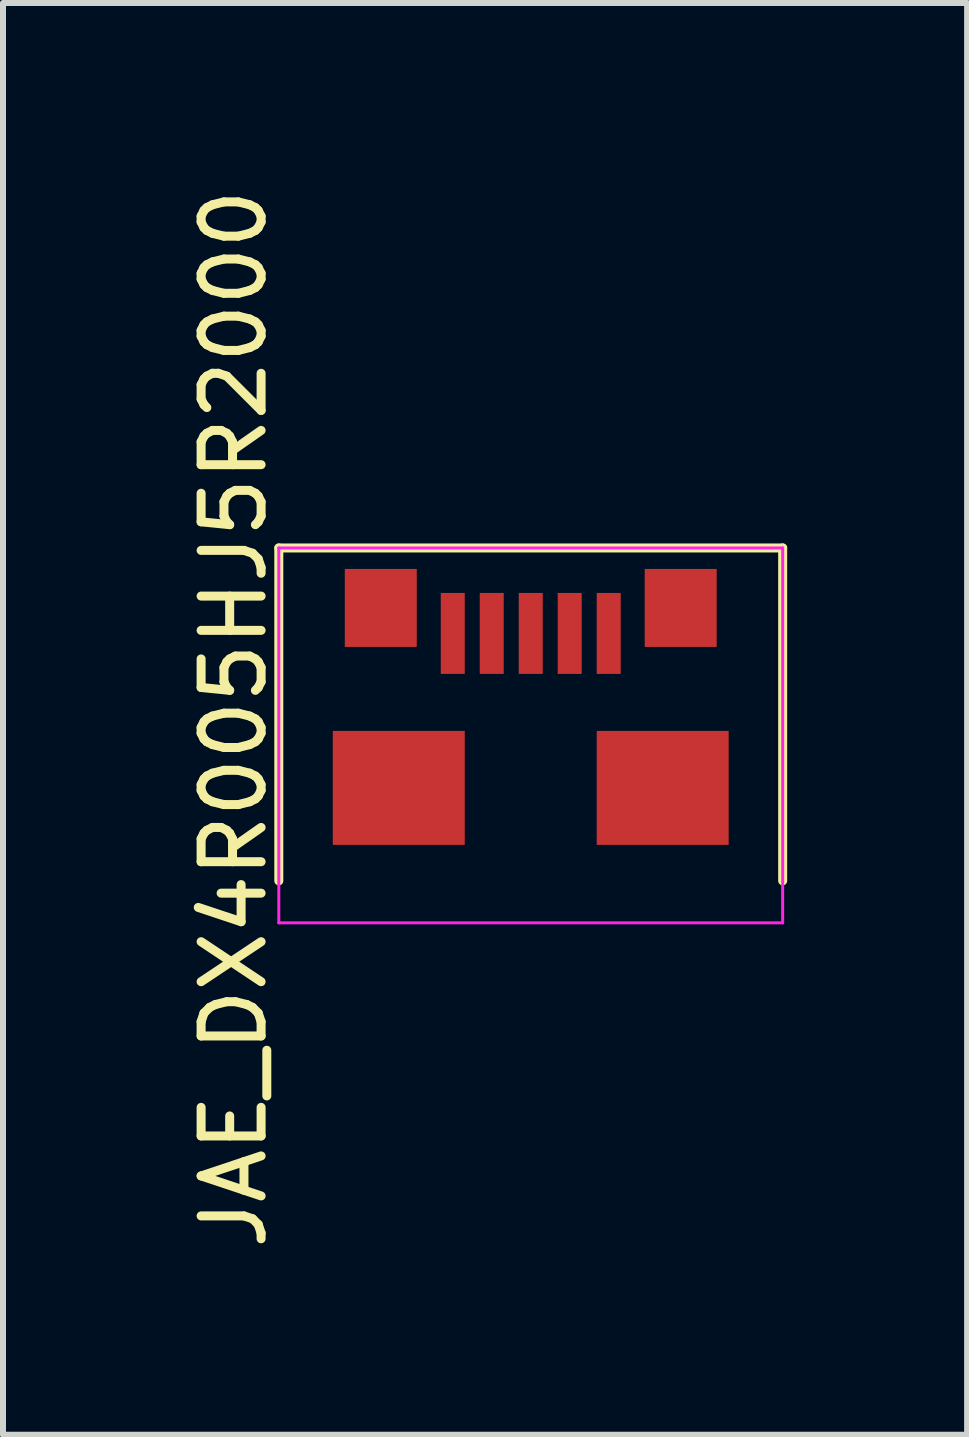
<source format=kicad_pcb>
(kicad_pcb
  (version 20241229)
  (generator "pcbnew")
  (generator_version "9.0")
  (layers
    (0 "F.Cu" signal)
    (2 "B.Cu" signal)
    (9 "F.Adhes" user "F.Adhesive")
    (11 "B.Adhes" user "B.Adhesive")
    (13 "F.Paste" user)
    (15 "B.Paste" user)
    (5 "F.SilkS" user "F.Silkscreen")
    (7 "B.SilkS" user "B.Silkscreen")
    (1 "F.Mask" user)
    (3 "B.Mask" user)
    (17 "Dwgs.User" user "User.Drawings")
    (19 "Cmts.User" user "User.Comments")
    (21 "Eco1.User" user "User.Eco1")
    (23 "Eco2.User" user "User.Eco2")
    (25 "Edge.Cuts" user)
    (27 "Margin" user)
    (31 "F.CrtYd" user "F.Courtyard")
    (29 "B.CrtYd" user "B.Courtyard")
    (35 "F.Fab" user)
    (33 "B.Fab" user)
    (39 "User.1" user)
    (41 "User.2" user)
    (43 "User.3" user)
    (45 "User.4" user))
  (footprint "JAE_DX4R005HJ5R2000"
    (layer "F.Cu")
    (at 5.798 10.085)
    (property "Reference" "JAE_DX4R005HJ5R2000" (at -4.95 -1.15 90) (layer "F.SilkS") (effects (font (size 1 1) (thickness 0.15))))
    (attr through_hole)
    (fp_line (start -4.2 -4) (end -4.2 1.55) (stroke (width 0.15) (type solid)) (layer "F.SilkS"))
    (fp_line (start 4.2 -4) (end -4.2 -4) (stroke (width 0.15) (type solid)) (layer "F.SilkS"))
    (fp_line (start 4.2 1.55) (end 4.2 -4) (stroke (width 0.15) (type solid)) (layer "F.SilkS"))
    (fp_line (start -4.2 -4) (end 4.2 -4) (stroke (width 0.05) (type solid)) (layer "F.CrtYd"))
    (fp_line (start -4.2 2.25) (end -4.2 -4) (stroke (width 0.05) (type solid)) (layer "F.CrtYd"))
    (fp_line (start 4.2 -4) (end 4.2 2.25) (stroke (width 0.05) (type solid)) (layer "F.CrtYd"))
    (fp_line (start 4.2 2.25) (end -4.2 2.25) (stroke (width 0.05) (type solid)) (layer "F.CrtYd"))
    (pad "1" smd rect (at -1.3 -2.575) (size 0.4 1.35) (layers "F.Cu" "F.Mask" "F.Paste"))
    (pad "2" smd rect (at -0.65 -2.575) (size 0.4 1.35) (layers "F.Cu" "F.Mask" "F.Paste"))
    (pad "3" smd rect (at 0 -2.575) (size 0.4 1.35) (layers "F.Cu" "F.Mask" "F.Paste"))
    (pad "4" smd rect (at 0.65 -2.575) (size 0.4 1.35) (layers "F.Cu" "F.Mask" "F.Paste"))
    (pad "5" smd rect (at 1.3 -2.575) (size 0.4 1.35) (layers "F.Cu" "F.Mask" "F.Paste"))
    (pad "SH" smd rect (at -2.5 -3) (size 1.2 1.3) (layers "F.Cu" "F.Mask" "F.Paste"))
    (pad "SH" smd rect (at -2.2 0) (size 2.2 1.9) (layers "F.Cu" "F.Mask" "F.Paste"))
    (pad "SH" smd rect (at 2.2 0) (size 2.2 1.9) (layers "F.Cu" "F.Mask" "F.Paste"))
    (pad "SH" smd rect (at 2.5 -3) (size 1.2 1.3) (layers "F.Cu" "F.Mask" "F.Paste")))
  (gr_rect
    (start -3 -3)
    (end 13.073 20.869)
    (stroke (width 0.1) (type default))
    (fill no)
    (layer "Edge.Cuts")))
</source>
